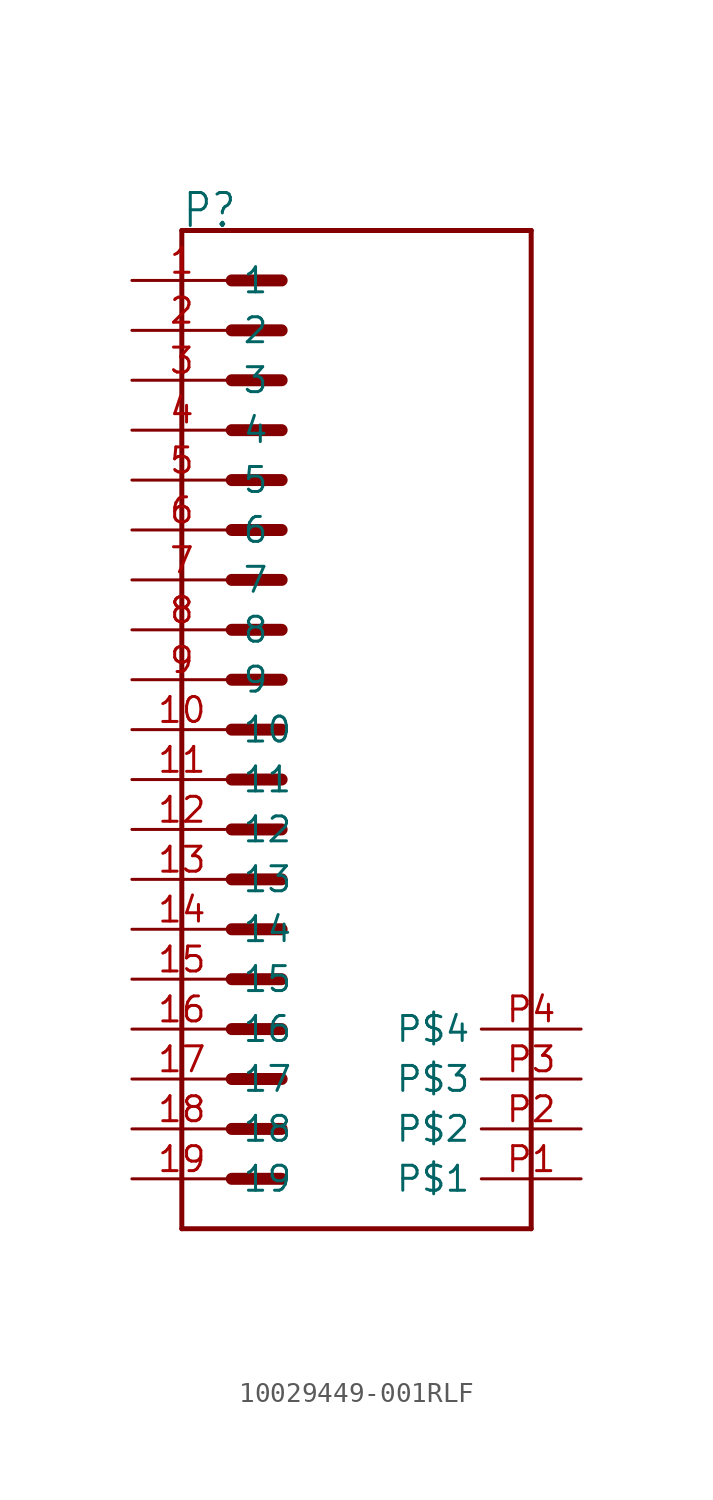
<source format=kicad_sym>
(kicad_symbol_lib
  (version 20231120)
  (generator "kicad_symbol_editor")
  (generator_version "8.0")
  (symbol "10029449-001RLF"
    (property "Reference" "P"
      (at -5.089 25.444 0)
      (effects (font (size 1.679 1.427)) (justify left bottom)))
    (property "Value" ""
      (at -5.09 -27.232 0)
      (effects (font (size 1.68 1.428)) (justify left bottom)))
    (property "ki_locked" ""
      (at 0 0 0)
      (effects (font (size 1.27 1.27))))
    (symbol "10029449-001RLF_1_0"
      (polyline (pts (xy -5.08 -25.4) (xy 12.7 -25.4)) (stroke (width 0.254) (type solid)) (fill (type none)))
      (polyline (pts (xy -5.08 25.4) (xy -5.08 -25.4)) (stroke (width 0.254) (type solid)) (fill (type none)))
      (polyline (pts (xy -2.54 -22.86) (xy 0 -22.86)) (stroke (width 0.61) (type solid)) (fill (type none)))
      (polyline (pts (xy -2.54 -20.32) (xy 0 -20.32)) (stroke (width 0.61) (type solid)) (fill (type none)))
      (polyline (pts (xy -2.54 -17.78) (xy 0 -17.78)) (stroke (width 0.61) (type solid)) (fill (type none)))
      (polyline (pts (xy -2.54 -15.24) (xy 0 -15.24)) (stroke (width 0.61) (type solid)) (fill (type none)))
      (polyline (pts (xy -2.54 -12.7) (xy 0 -12.7)) (stroke (width 0.61) (type solid)) (fill (type none)))
      (polyline (pts (xy -2.54 -10.16) (xy 0 -10.16)) (stroke (width 0.61) (type solid)) (fill (type none)))
      (polyline (pts (xy -2.54 -7.62) (xy 0 -7.62)) (stroke (width 0.61) (type solid)) (fill (type none)))
      (polyline (pts (xy -2.54 -5.08) (xy 0 -5.08)) (stroke (width 0.61) (type solid)) (fill (type none)))
      (polyline (pts (xy -2.54 -2.54) (xy 0 -2.54)) (stroke (width 0.61) (type solid)) (fill (type none)))
      (polyline (pts (xy -2.54 0) (xy 0 0)) (stroke (width 0.61) (type solid)) (fill (type none)))
      (polyline (pts (xy -2.54 2.54) (xy 0 2.54)) (stroke (width 0.61) (type solid)) (fill (type none)))
      (polyline (pts (xy -2.54 5.08) (xy 0 5.08)) (stroke (width 0.61) (type solid)) (fill (type none)))
      (polyline (pts (xy -2.54 7.62) (xy 0 7.62)) (stroke (width 0.61) (type solid)) (fill (type none)))
      (polyline (pts (xy -2.54 10.16) (xy 0 10.16)) (stroke (width 0.61) (type solid)) (fill (type none)))
      (polyline (pts (xy -2.54 12.7) (xy 0 12.7)) (stroke (width 0.61) (type solid)) (fill (type none)))
      (polyline (pts (xy -2.54 15.24) (xy 0 15.24)) (stroke (width 0.61) (type solid)) (fill (type none)))
      (polyline (pts (xy -2.54 17.78) (xy 0 17.78)) (stroke (width 0.61) (type solid)) (fill (type none)))
      (polyline (pts (xy -2.54 20.32) (xy 0 20.32)) (stroke (width 0.61) (type solid)) (fill (type none)))
      (polyline (pts (xy -2.54 22.86) (xy 0 22.86)) (stroke (width 0.61) (type solid)) (fill (type none)))
      (polyline (pts (xy 12.7 -25.4) (xy 12.7 25.4)) (stroke (width 0.254) (type solid)) (fill (type none)))
      (polyline (pts (xy 12.7 25.4) (xy -5.08 25.4)) (stroke (width 0.254) (type solid)) (fill (type none)))
      (pin passive line (at -7.62 22.86 0) (length 5.08) (name "1" (effects (font (size 1.27 1.27)))) (number "1" (effects (font (size 1.27 1.27)))))
      (pin passive line (at -7.62 0 0) (length 5.08) (name "10" (effects (font (size 1.27 1.27)))) (number "10" (effects (font (size 1.27 1.27)))))
      (pin passive line (at -7.62 -2.54 0) (length 5.08) (name "11" (effects (font (size 1.27 1.27)))) (number "11" (effects (font (size 1.27 1.27)))))
      (pin passive line (at -7.62 -5.08 0) (length 5.08) (name "12" (effects (font (size 1.27 1.27)))) (number "12" (effects (font (size 1.27 1.27)))))
      (pin passive line (at -7.62 -7.62 0) (length 5.08) (name "13" (effects (font (size 1.27 1.27)))) (number "13" (effects (font (size 1.27 1.27)))))
      (pin passive line (at -7.62 -10.16 0) (length 5.08) (name "14" (effects (font (size 1.27 1.27)))) (number "14" (effects (font (size 1.27 1.27)))))
      (pin passive line (at -7.62 -12.7 0) (length 5.08) (name "15" (effects (font (size 1.27 1.27)))) (number "15" (effects (font (size 1.27 1.27)))))
      (pin passive line (at -7.62 -15.24 0) (length 5.08) (name "16" (effects (font (size 1.27 1.27)))) (number "16" (effects (font (size 1.27 1.27)))))
      (pin passive line (at -7.62 -17.78 0) (length 5.08) (name "17" (effects (font (size 1.27 1.27)))) (number "17" (effects (font (size 1.27 1.27)))))
      (pin passive line (at -7.62 -20.32 0) (length 5.08) (name "18" (effects (font (size 1.27 1.27)))) (number "18" (effects (font (size 1.27 1.27)))))
      (pin passive line (at -7.62 -22.86 0) (length 5.08) (name "19" (effects (font (size 1.27 1.27)))) (number "19" (effects (font (size 1.27 1.27)))))
      (pin passive line (at -7.62 20.32 0) (length 5.08) (name "2" (effects (font (size 1.27 1.27)))) (number "2" (effects (font (size 1.27 1.27)))))
      (pin passive line (at -7.62 17.78 0) (length 5.08) (name "3" (effects (font (size 1.27 1.27)))) (number "3" (effects (font (size 1.27 1.27)))))
      (pin passive line (at -7.62 15.24 0) (length 5.08) (name "4" (effects (font (size 1.27 1.27)))) (number "4" (effects (font (size 1.27 1.27)))))
      (pin passive line (at -7.62 12.7 0) (length 5.08) (name "5" (effects (font (size 1.27 1.27)))) (number "5" (effects (font (size 1.27 1.27)))))
      (pin passive line (at -7.62 10.16 0) (length 5.08) (name "6" (effects (font (size 1.27 1.27)))) (number "6" (effects (font (size 1.27 1.27)))))
      (pin passive line (at -7.62 7.62 0) (length 5.08) (name "7" (effects (font (size 1.27 1.27)))) (number "7" (effects (font (size 1.27 1.27)))))
      (pin passive line (at -7.62 5.08 0) (length 5.08) (name "8" (effects (font (size 1.27 1.27)))) (number "8" (effects (font (size 1.27 1.27)))))
      (pin passive line (at -7.62 2.54 0) (length 5.08) (name "9" (effects (font (size 1.27 1.27)))) (number "9" (effects (font (size 1.27 1.27)))))
      (pin bidirectional line (at 15.24 -22.86 180) (length 5.08) (name "P$1" (effects (font (size 1.27 1.27)))) (number "P1" (effects (font (size 1.27 1.27)))))
      (pin bidirectional line (at 15.24 -20.32 180) (length 5.08) (name "P$2" (effects (font (size 1.27 1.27)))) (number "P2" (effects (font (size 1.27 1.27)))))
      (pin bidirectional line (at 15.24 -17.78 180) (length 5.08) (name "P$3" (effects (font (size 1.27 1.27)))) (number "P3" (effects (font (size 1.27 1.27)))))
      (pin bidirectional line (at 15.24 -15.24 180) (length 5.08) (name "P$4" (effects (font (size 1.27 1.27)))) (number "P4" (effects (font (size 1.27 1.27))))))))
</source>
